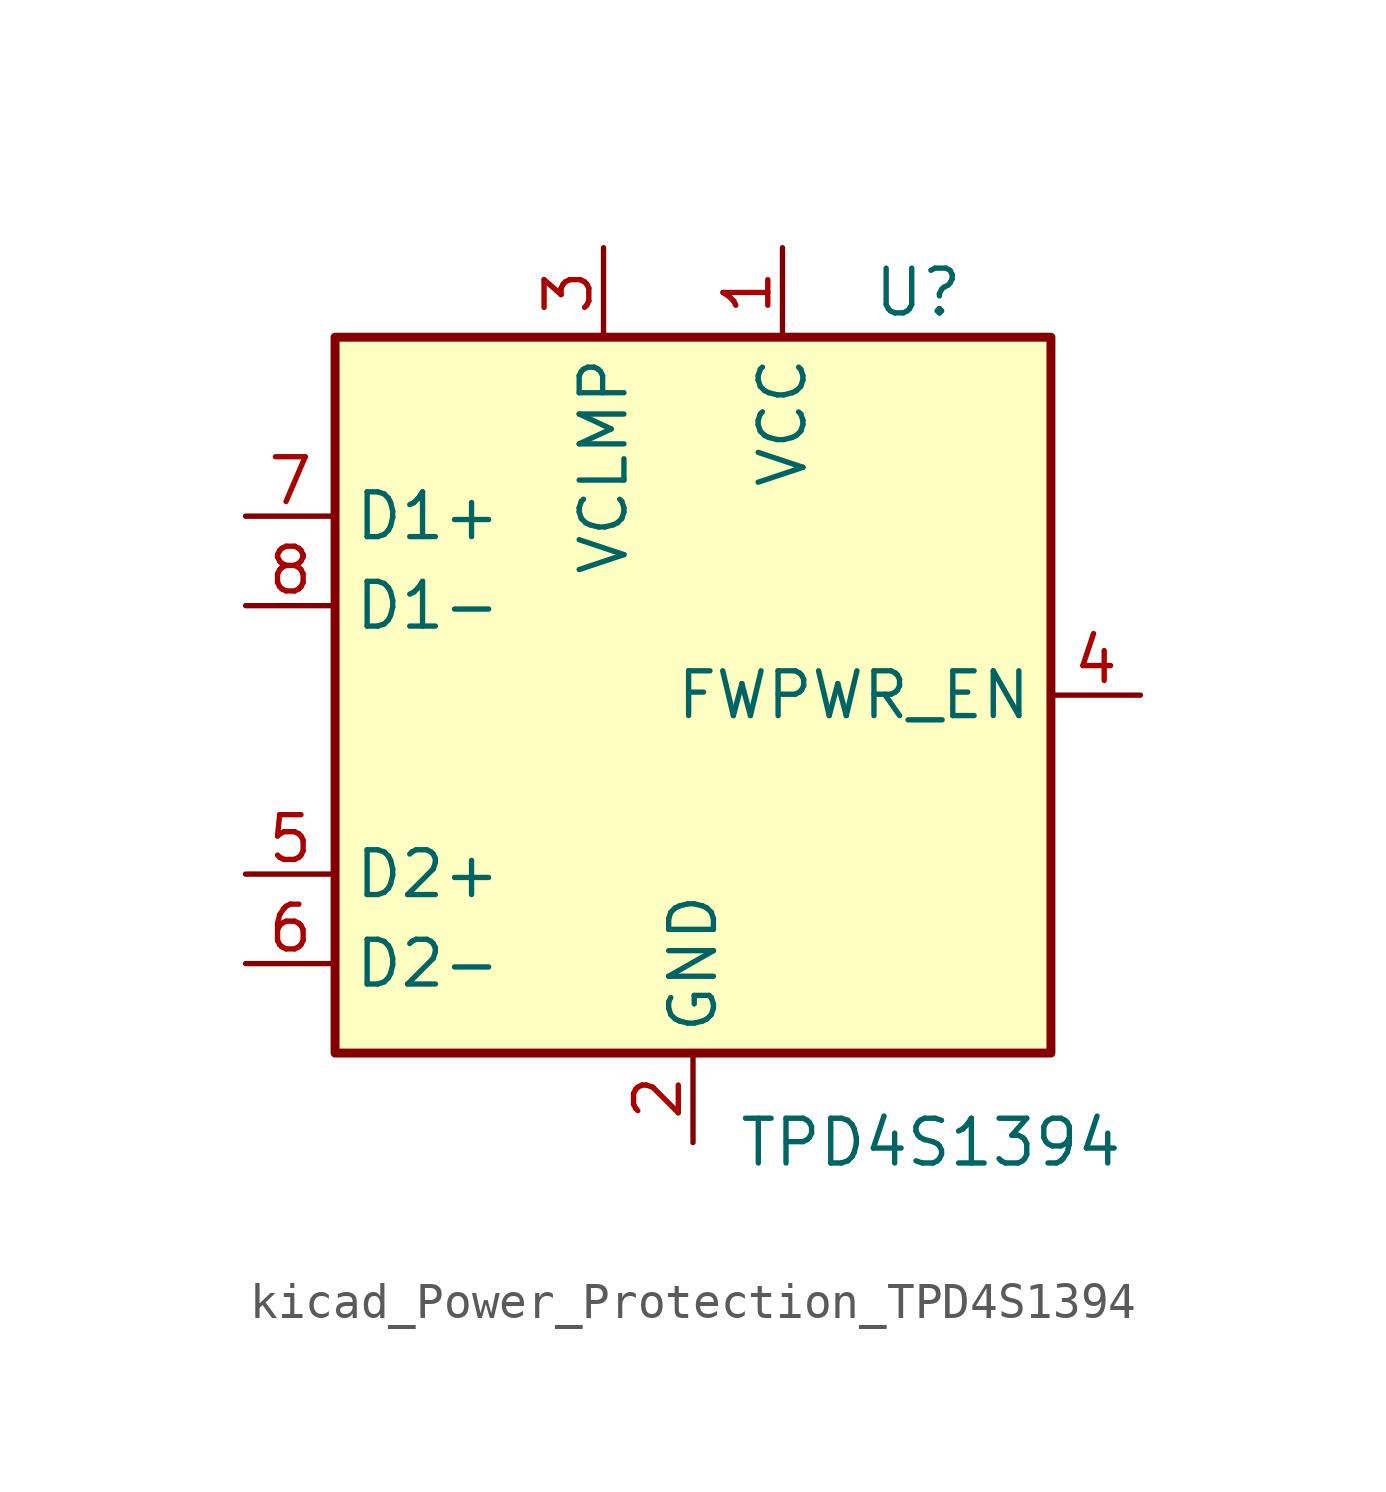
<source format=kicad_sym>
(kicad_symbol_lib
  (version 20220914)
  (generator kicad_symbol_editor)
  (symbol "kicad_Power_Protection_TPD4S1394"
    (property "Reference" "U"
      (at 5.08 11.43 0)
      (effects (font (size 1.27 1.27)) (justify left)))
    (property "Value" "TPD4S1394"
      (at 1.27 -12.7 0)
      (effects (font (size 1.27 1.27)) (justify left)))
    (symbol "kicad_Power_Protection_TPD4S1394_0_1"
      (rectangle (start -10.16 10.16) (end 10.16 -10.16) (stroke (width 0.254) (type default)) (fill (type background))))
    (symbol "kicad_Power_Protection_TPD4S1394_1_1"
      (pin power_in line (at 2.54 12.7 270) (length 2.54) (name "VCC" (effects (font (size 1.27 1.27)))) (number "1" (effects (font (size 1.27 1.27)))))
      (pin power_in line (at 0 -12.7 90) (length 2.54) (name "GND" (effects (font (size 1.27 1.27)))) (number "2" (effects (font (size 1.27 1.27)))))
      (pin passive line (at -2.54 12.7 270) (length 2.54) (name "VCLMP" (effects (font (size 1.27 1.27)))) (number "3" (effects (font (size 1.27 1.27)))))
      (pin passive line (at 12.7 0 180) (length 2.54) (name "FWPWR_EN" (effects (font (size 1.27 1.27)))) (number "4" (effects (font (size 1.27 1.27)))))
      (pin passive line (at -12.7 -5.08 0) (length 2.54) (name "D2+" (effects (font (size 1.27 1.27)))) (number "5" (effects (font (size 1.27 1.27)))))
      (pin passive line (at -12.7 -7.62 0) (length 2.54) (name "D2-" (effects (font (size 1.27 1.27)))) (number "6" (effects (font (size 1.27 1.27)))))
      (pin passive line (at -12.7 5.08 0) (length 2.54) (name "D1+" (effects (font (size 1.27 1.27)))) (number "7" (effects (font (size 1.27 1.27)))))
      (pin passive line (at -12.7 2.54 0) (length 2.54) (name "D1-" (effects (font (size 1.27 1.27)))) (number "8" (effects (font (size 1.27 1.27))))))))
</source>
